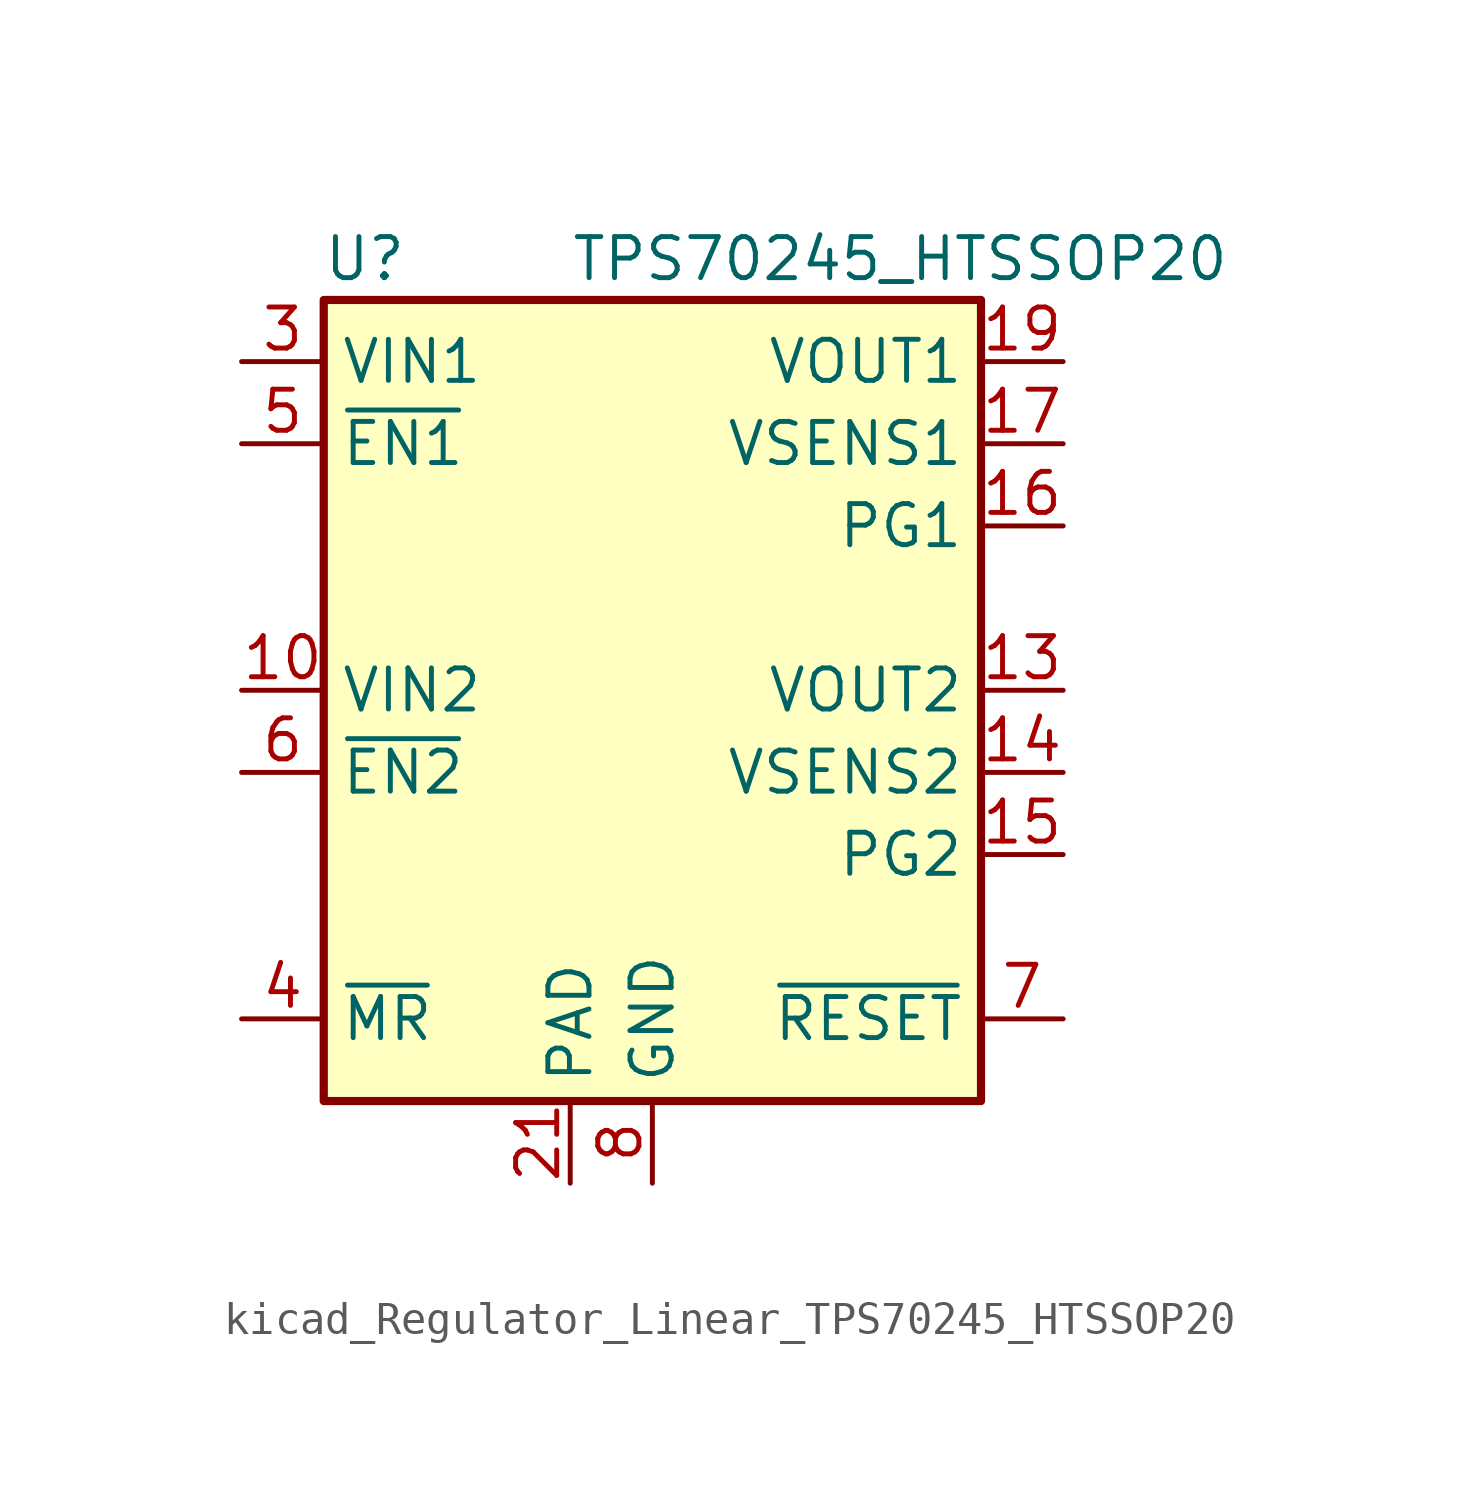
<source format=kicad_sym>
(kicad_symbol_lib
  (version 20220914)
  (generator kicad_symbol_editor)
  (symbol "kicad_Regulator_Linear_TPS70245_HTSSOP20"
    (property "Reference" "U"
      (at -8.89 13.335 0)
      (effects (font (size 1.27 1.27))))
    (property "Value" "TPS70245_HTSSOP20"
      (at -2.54 13.335 0)
      (effects (font (size 1.27 1.27)) (justify left)))
    (symbol "kicad_Regulator_Linear_TPS70245_HTSSOP20_0_1"
      (rectangle (start -10.16 12.065) (end 10.16 -12.7) (stroke (width 0.254) (type default)) (fill (type background))))
    (symbol "kicad_Regulator_Linear_TPS70245_HTSSOP20_1_1"
      (pin no_connect line (at -10.16 5.08 0) (length 2.54) hide (name "NC" (effects (font (size 1.27 1.27)))) (number "1" (effects (font (size 1.27 1.27)))))
      (pin power_in line (at -12.7 0 0) (length 2.54) (name "VIN2" (effects (font (size 1.27 1.27)))) (number "10" (effects (font (size 1.27 1.27)))))
      (pin no_connect line (at -10.16 -5.08 0) (length 2.54) hide (name "NC" (effects (font (size 1.27 1.27)))) (number "11" (effects (font (size 1.27 1.27)))))
      (pin passive line (at 12.7 0 180) (length 2.54) hide (name "VOUT2" (effects (font (size 1.27 1.27)))) (number "12" (effects (font (size 1.27 1.27)))))
      (pin power_out line (at 12.7 0 180) (length 2.54) (name "VOUT2" (effects (font (size 1.27 1.27)))) (number "13" (effects (font (size 1.27 1.27)))))
      (pin input line (at 12.7 -2.54 180) (length 2.54) (name "VSENS2" (effects (font (size 1.27 1.27)))) (number "14" (effects (font (size 1.27 1.27)))))
      (pin open_collector line (at 12.7 -5.08 180) (length 2.54) (name "PG2" (effects (font (size 1.27 1.27)))) (number "15" (effects (font (size 1.27 1.27)))))
      (pin open_collector line (at 12.7 5.08 180) (length 2.54) (name "PG1" (effects (font (size 1.27 1.27)))) (number "16" (effects (font (size 1.27 1.27)))))
      (pin input line (at 12.7 7.62 180) (length 2.54) (name "VSENS1" (effects (font (size 1.27 1.27)))) (number "17" (effects (font (size 1.27 1.27)))))
      (pin passive line (at 12.7 10.16 180) (length 2.54) hide (name "VOUT1" (effects (font (size 1.27 1.27)))) (number "18" (effects (font (size 1.27 1.27)))))
      (pin power_out line (at 12.7 10.16 180) (length 2.54) (name "VOUT1" (effects (font (size 1.27 1.27)))) (number "19" (effects (font (size 1.27 1.27)))))
      (pin passive line (at -12.7 10.16 0) (length 2.54) hide (name "VIN1" (effects (font (size 1.27 1.27)))) (number "2" (effects (font (size 1.27 1.27)))))
      (pin no_connect line (at 2.54 -12.7 90) (length 2.54) hide (name "NC" (effects (font (size 1.27 1.27)))) (number "20" (effects (font (size 1.27 1.27)))))
      (pin power_in line (at -2.54 -15.24 90) (length 2.54) (name "PAD" (effects (font (size 1.27 1.27)))) (number "21" (effects (font (size 1.27 1.27)))))
      (pin power_in line (at -12.7 10.16 0) (length 2.54) (name "VIN1" (effects (font (size 1.27 1.27)))) (number "3" (effects (font (size 1.27 1.27)))))
      (pin input line (at -12.7 -10.16 0) (length 2.54) (name "~{MR}" (effects (font (size 1.27 1.27)))) (number "4" (effects (font (size 1.27 1.27)))))
      (pin input line (at -12.7 7.62 0) (length 2.54) (name "~{EN1}" (effects (font (size 1.27 1.27)))) (number "5" (effects (font (size 1.27 1.27)))))
      (pin input line (at -12.7 -2.54 0) (length 2.54) (name "~{EN2}" (effects (font (size 1.27 1.27)))) (number "6" (effects (font (size 1.27 1.27)))))
      (pin open_collector line (at 12.7 -10.16 180) (length 2.54) (name "~{RESET}" (effects (font (size 1.27 1.27)))) (number "7" (effects (font (size 1.27 1.27)))))
      (pin power_in line (at 0 -15.24 90) (length 2.54) (name "GND" (effects (font (size 1.27 1.27)))) (number "8" (effects (font (size 1.27 1.27)))))
      (pin passive line (at -12.7 0 0) (length 2.54) hide (name "VIN2" (effects (font (size 1.27 1.27)))) (number "9" (effects (font (size 1.27 1.27))))))))
</source>
